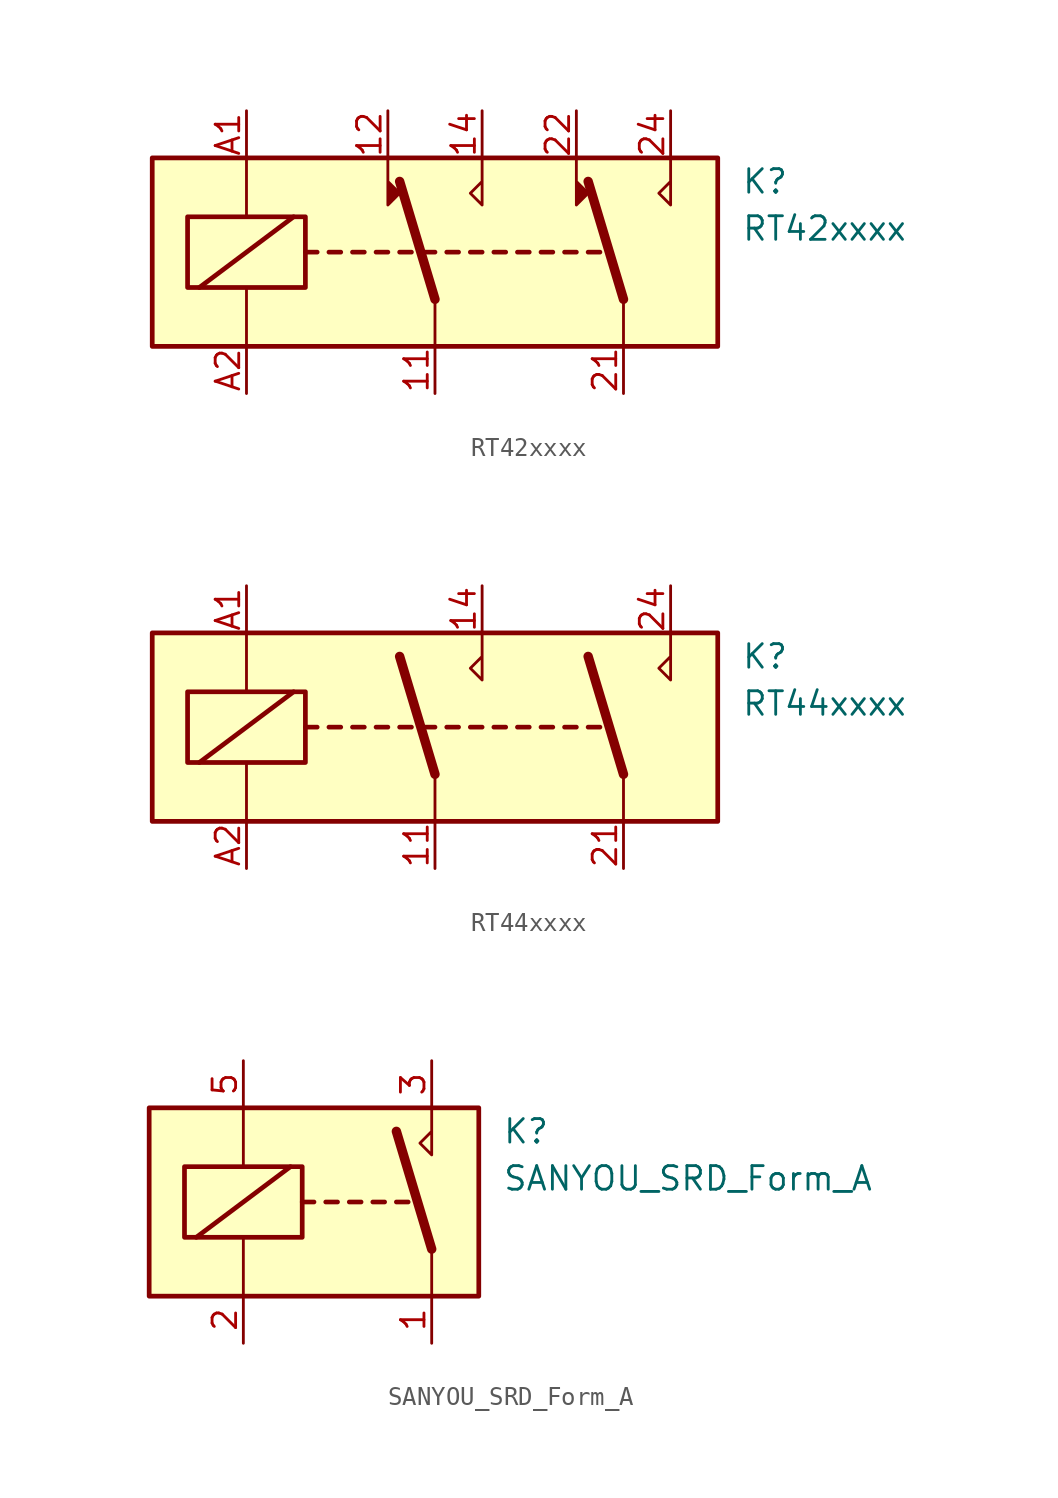
<source format=kicad_sym>
(kicad_symbol_lib
  (version 20211014)
  (generator kicad_symbol_editor)
  (symbol "RT42xxxx"
    (property "Reference" "K"
      (at 16.51 3.81 0)
      (effects (font (size 1.27 1.27)) (justify left)))
    (property "Value" "RT42xxxx"
      (at 16.51 1.27 0)
      (effects (font (size 1.27 1.27)) (justify left)))
    (symbol "RT42xxxx_0_1"
      (rectangle (start -15.24 5.08) (end 15.24 -5.08) (stroke (width 0.254) (type default) (color 0 0 0 0)) (fill (type background)))
      (rectangle (start -13.335 1.905) (end -6.985 -1.905) (stroke (width 0.254) (type default) (color 0 0 0 0)) (fill (type none)))
      (polyline (pts (xy -12.7 -1.905) (xy -7.62 1.905)) (stroke (width 0.254) (type default) (color 0 0 0 0)) (fill (type none)))
      (polyline (pts (xy -10.16 -5.08) (xy -10.16 -1.905)) (stroke (width 0) (type default) (color 0 0 0 0)) (fill (type none)))
      (polyline (pts (xy -10.16 5.08) (xy -10.16 1.905)) (stroke (width 0) (type default) (color 0 0 0 0)) (fill (type none)))
      (polyline (pts (xy -6.985 0) (xy -6.35 0)) (stroke (width 0.254) (type default) (color 0 0 0 0)) (fill (type none)))
      (polyline (pts (xy -5.715 0) (xy -5.08 0)) (stroke (width 0.254) (type default) (color 0 0 0 0)) (fill (type none)))
      (polyline (pts (xy -4.445 0) (xy -3.81 0)) (stroke (width 0.254) (type default) (color 0 0 0 0)) (fill (type none)))
      (polyline (pts (xy -3.175 0) (xy -2.54 0)) (stroke (width 0.254) (type default) (color 0 0 0 0)) (fill (type none)))
      (polyline (pts (xy -1.905 0) (xy -1.27 0)) (stroke (width 0.254) (type default) (color 0 0 0 0)) (fill (type none)))
      (polyline (pts (xy -0.635 0) (xy 0 0)) (stroke (width 0.254) (type default) (color 0 0 0 0)) (fill (type none)))
      (polyline (pts (xy 0 -2.54) (xy -1.905 3.81)) (stroke (width 0.508) (type default) (color 0 0 0 0)) (fill (type none)))
      (polyline (pts (xy 0 -2.54) (xy 0 -5.08)) (stroke (width 0) (type default) (color 0 0 0 0)) (fill (type none)))
      (polyline (pts (xy 0.635 0) (xy 1.27 0)) (stroke (width 0.254) (type default) (color 0 0 0 0)) (fill (type none)))
      (polyline (pts (xy 1.905 0) (xy 2.54 0)) (stroke (width 0.254) (type default) (color 0 0 0 0)) (fill (type none)))
      (polyline (pts (xy 3.175 0) (xy 3.81 0)) (stroke (width 0.254) (type default) (color 0 0 0 0)) (fill (type none)))
      (polyline (pts (xy 4.445 0) (xy 5.08 0)) (stroke (width 0.254) (type default) (color 0 0 0 0)) (fill (type none)))
      (polyline (pts (xy 5.715 0) (xy 6.35 0)) (stroke (width 0.254) (type default) (color 0 0 0 0)) (fill (type none)))
      (polyline (pts (xy 6.985 0) (xy 7.62 0)) (stroke (width 0.254) (type default) (color 0 0 0 0)) (fill (type none)))
      (polyline (pts (xy 8.255 0) (xy 8.89 0)) (stroke (width 0.254) (type default) (color 0 0 0 0)) (fill (type none)))
      (polyline (pts (xy 10.16 -2.54) (xy 8.255 3.81)) (stroke (width 0.508) (type default) (color 0 0 0 0)) (fill (type none)))
      (polyline (pts (xy 10.16 -2.54) (xy 10.16 -5.08)) (stroke (width 0) (type default) (color 0 0 0 0)) (fill (type none)))
      (polyline (pts (xy -2.54 5.08) (xy -2.54 2.54) (xy -1.905 3.175) (xy -2.54 3.81)) (stroke (width 0) (type default) (color 0 0 0 0)) (fill (type outline)))
      (polyline (pts (xy 2.54 5.08) (xy 2.54 2.54) (xy 1.905 3.175) (xy 2.54 3.81)) (stroke (width 0) (type default) (color 0 0 0 0)) (fill (type none)))
      (polyline (pts (xy 7.62 5.08) (xy 7.62 2.54) (xy 8.255 3.175) (xy 7.62 3.81)) (stroke (width 0) (type default) (color 0 0 0 0)) (fill (type outline)))
      (polyline (pts (xy 12.7 5.08) (xy 12.7 2.54) (xy 12.065 3.175) (xy 12.7 3.81)) (stroke (width 0) (type default) (color 0 0 0 0)) (fill (type none))))
    (symbol "RT42xxxx_1_1"
      (pin passive line (at 0 -7.62 90) (length 2.54) (name "~" (effects (font (size 1.27 1.27)))) (number "11" (effects (font (size 1.27 1.27)))))
      (pin passive line (at -2.54 7.62 270) (length 2.54) (name "~" (effects (font (size 1.27 1.27)))) (number "12" (effects (font (size 1.27 1.27)))))
      (pin passive line (at 2.54 7.62 270) (length 2.54) (name "~" (effects (font (size 1.27 1.27)))) (number "14" (effects (font (size 1.27 1.27)))))
      (pin passive line (at 10.16 -7.62 90) (length 2.54) (name "~" (effects (font (size 1.27 1.27)))) (number "21" (effects (font (size 1.27 1.27)))))
      (pin passive line (at 7.62 7.62 270) (length 2.54) (name "~" (effects (font (size 1.27 1.27)))) (number "22" (effects (font (size 1.27 1.27)))))
      (pin passive line (at 12.7 7.62 270) (length 2.54) (name "~" (effects (font (size 1.27 1.27)))) (number "24" (effects (font (size 1.27 1.27)))))
      (pin passive line (at -10.16 7.62 270) (length 2.54) (name "~" (effects (font (size 1.27 1.27)))) (number "A1" (effects (font (size 1.27 1.27)))))
      (pin passive line (at -10.16 -7.62 90) (length 2.54) (name "~" (effects (font (size 1.27 1.27)))) (number "A2" (effects (font (size 1.27 1.27)))))))
  (symbol "RT44xxxx"
    (property "Reference" "K"
      (at 16.51 3.81 0)
      (effects (font (size 1.27 1.27)) (justify left)))
    (property "Value" "RT44xxxx"
      (at 16.51 1.27 0)
      (effects (font (size 1.27 1.27)) (justify left)))
    (symbol "RT44xxxx_0_1"
      (rectangle (start -15.24 5.08) (end 15.24 -5.08) (stroke (width 0.254) (type default) (color 0 0 0 0)) (fill (type background)))
      (rectangle (start -13.335 1.905) (end -6.985 -1.905) (stroke (width 0.254) (type default) (color 0 0 0 0)) (fill (type none)))
      (polyline (pts (xy -12.7 -1.905) (xy -7.62 1.905)) (stroke (width 0.254) (type default) (color 0 0 0 0)) (fill (type none)))
      (polyline (pts (xy -10.16 -5.08) (xy -10.16 -1.905)) (stroke (width 0) (type default) (color 0 0 0 0)) (fill (type none)))
      (polyline (pts (xy -10.16 5.08) (xy -10.16 1.905)) (stroke (width 0) (type default) (color 0 0 0 0)) (fill (type none)))
      (polyline (pts (xy -6.985 0) (xy -6.35 0)) (stroke (width 0.254) (type default) (color 0 0 0 0)) (fill (type none)))
      (polyline (pts (xy -5.715 0) (xy -5.08 0)) (stroke (width 0.254) (type default) (color 0 0 0 0)) (fill (type none)))
      (polyline (pts (xy -4.445 0) (xy -3.81 0)) (stroke (width 0.254) (type default) (color 0 0 0 0)) (fill (type none)))
      (polyline (pts (xy -3.175 0) (xy -2.54 0)) (stroke (width 0.254) (type default) (color 0 0 0 0)) (fill (type none)))
      (polyline (pts (xy -1.905 0) (xy -1.27 0)) (stroke (width 0.254) (type default) (color 0 0 0 0)) (fill (type none)))
      (polyline (pts (xy -0.635 0) (xy 0 0)) (stroke (width 0.254) (type default) (color 0 0 0 0)) (fill (type none)))
      (polyline (pts (xy 0 -2.54) (xy -1.905 3.81)) (stroke (width 0.508) (type default) (color 0 0 0 0)) (fill (type none)))
      (polyline (pts (xy 0 -2.54) (xy 0 -5.08)) (stroke (width 0) (type default) (color 0 0 0 0)) (fill (type none)))
      (polyline (pts (xy 0.635 0) (xy 1.27 0)) (stroke (width 0.254) (type default) (color 0 0 0 0)) (fill (type none)))
      (polyline (pts (xy 1.905 0) (xy 2.54 0)) (stroke (width 0.254) (type default) (color 0 0 0 0)) (fill (type none)))
      (polyline (pts (xy 3.175 0) (xy 3.81 0)) (stroke (width 0.254) (type default) (color 0 0 0 0)) (fill (type none)))
      (polyline (pts (xy 4.445 0) (xy 5.08 0)) (stroke (width 0.254) (type default) (color 0 0 0 0)) (fill (type none)))
      (polyline (pts (xy 5.715 0) (xy 6.35 0)) (stroke (width 0.254) (type default) (color 0 0 0 0)) (fill (type none)))
      (polyline (pts (xy 6.985 0) (xy 7.62 0)) (stroke (width 0.254) (type default) (color 0 0 0 0)) (fill (type none)))
      (polyline (pts (xy 8.255 0) (xy 8.89 0)) (stroke (width 0.254) (type default) (color 0 0 0 0)) (fill (type none)))
      (polyline (pts (xy 10.16 -2.54) (xy 8.255 3.81)) (stroke (width 0.508) (type default) (color 0 0 0 0)) (fill (type none)))
      (polyline (pts (xy 10.16 -2.54) (xy 10.16 -5.08)) (stroke (width 0) (type default) (color 0 0 0 0)) (fill (type none)))
      (polyline (pts (xy 2.54 5.08) (xy 2.54 2.54) (xy 1.905 3.175) (xy 2.54 3.81)) (stroke (width 0) (type default) (color 0 0 0 0)) (fill (type none)))
      (polyline (pts (xy 12.7 5.08) (xy 12.7 2.54) (xy 12.065 3.175) (xy 12.7 3.81)) (stroke (width 0) (type default) (color 0 0 0 0)) (fill (type none))))
    (symbol "RT44xxxx_1_1"
      (pin passive line (at 0 -7.62 90) (length 2.54) (name "~" (effects (font (size 1.27 1.27)))) (number "11" (effects (font (size 1.27 1.27)))))
      (pin passive line (at 2.54 7.62 270) (length 2.54) (name "~" (effects (font (size 1.27 1.27)))) (number "14" (effects (font (size 1.27 1.27)))))
      (pin passive line (at 10.16 -7.62 90) (length 2.54) (name "~" (effects (font (size 1.27 1.27)))) (number "21" (effects (font (size 1.27 1.27)))))
      (pin passive line (at 12.7 7.62 270) (length 2.54) (name "~" (effects (font (size 1.27 1.27)))) (number "24" (effects (font (size 1.27 1.27)))))
      (pin passive line (at -10.16 7.62 270) (length 2.54) (name "~" (effects (font (size 1.27 1.27)))) (number "A1" (effects (font (size 1.27 1.27)))))
      (pin passive line (at -10.16 -7.62 90) (length 2.54) (name "~" (effects (font (size 1.27 1.27)))) (number "A2" (effects (font (size 1.27 1.27)))))))
  (symbol "SANYOU_SRD_Form_A"
    (property "Reference" "K"
      (at 8.89 3.81 0)
      (effects (font (size 1.27 1.27)) (justify left)))
    (property "Value" "SANYOU_SRD_Form_A"
      (at 8.89 1.27 0)
      (effects (font (size 1.27 1.27)) (justify left)))
    (symbol "SANYOU_SRD_Form_A_0_0"
      (polyline (pts (xy 5.08 5.08) (xy 5.08 2.54) (xy 4.445 3.175) (xy 5.08 3.81)) (stroke (width 0) (type default) (color 0 0 0 0)) (fill (type none))))
    (symbol "SANYOU_SRD_Form_A_0_1"
      (rectangle (start -10.16 5.08) (end 7.62 -5.08) (stroke (width 0.254) (type default) (color 0 0 0 0)) (fill (type background)))
      (rectangle (start -8.255 1.905) (end -1.905 -1.905) (stroke (width 0.254) (type default) (color 0 0 0 0)) (fill (type none)))
      (polyline (pts (xy -7.62 -1.905) (xy -2.54 1.905)) (stroke (width 0.254) (type default) (color 0 0 0 0)) (fill (type none)))
      (polyline (pts (xy -5.08 -5.08) (xy -5.08 -1.905)) (stroke (width 0) (type default) (color 0 0 0 0)) (fill (type none)))
      (polyline (pts (xy -5.08 5.08) (xy -5.08 1.905)) (stroke (width 0) (type default) (color 0 0 0 0)) (fill (type none)))
      (polyline (pts (xy -1.905 0) (xy -1.27 0)) (stroke (width 0.254) (type default) (color 0 0 0 0)) (fill (type none)))
      (polyline (pts (xy -0.635 0) (xy 0 0)) (stroke (width 0.254) (type default) (color 0 0 0 0)) (fill (type none)))
      (polyline (pts (xy 0.635 0) (xy 1.27 0)) (stroke (width 0.254) (type default) (color 0 0 0 0)) (fill (type none)))
      (polyline (pts (xy 1.905 0) (xy 2.54 0)) (stroke (width 0.254) (type default) (color 0 0 0 0)) (fill (type none)))
      (polyline (pts (xy 3.175 0) (xy 3.81 0)) (stroke (width 0.254) (type default) (color 0 0 0 0)) (fill (type none)))
      (polyline (pts (xy 5.08 -2.54) (xy 3.175 3.81)) (stroke (width 0.508) (type default) (color 0 0 0 0)) (fill (type none)))
      (polyline (pts (xy 5.08 -2.54) (xy 5.08 -5.08)) (stroke (width 0) (type default) (color 0 0 0 0)) (fill (type none))))
    (symbol "SANYOU_SRD_Form_A_1_1"
      (pin passive line (at 5.08 -7.62 90) (length 2.54) (name "~" (effects (font (size 1.27 1.27)))) (number "1" (effects (font (size 1.27 1.27)))))
      (pin passive line (at -5.08 -7.62 90) (length 2.54) (name "~" (effects (font (size 1.27 1.27)))) (number "2" (effects (font (size 1.27 1.27)))))
      (pin passive line (at 5.08 7.62 270) (length 2.54) (name "~" (effects (font (size 1.27 1.27)))) (number "3" (effects (font (size 1.27 1.27)))))
      (pin passive line (at -5.08 7.62 270) (length 2.54) (name "~" (effects (font (size 1.27 1.27)))) (number "5" (effects (font (size 1.27 1.27))))))))
</source>
